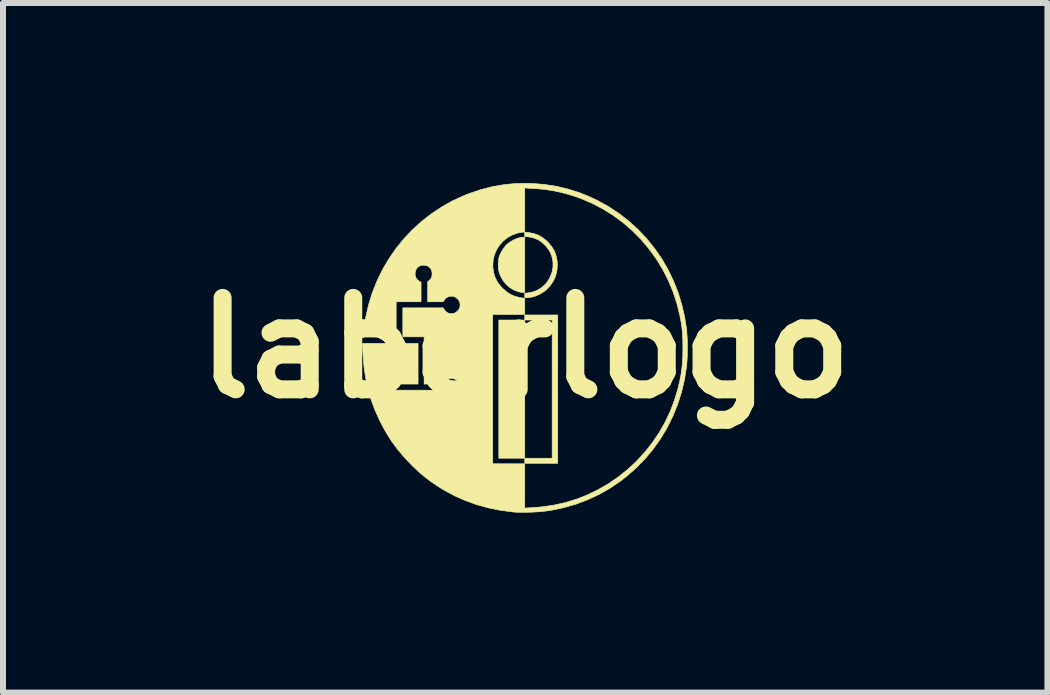
<source format=kicad_pcb>
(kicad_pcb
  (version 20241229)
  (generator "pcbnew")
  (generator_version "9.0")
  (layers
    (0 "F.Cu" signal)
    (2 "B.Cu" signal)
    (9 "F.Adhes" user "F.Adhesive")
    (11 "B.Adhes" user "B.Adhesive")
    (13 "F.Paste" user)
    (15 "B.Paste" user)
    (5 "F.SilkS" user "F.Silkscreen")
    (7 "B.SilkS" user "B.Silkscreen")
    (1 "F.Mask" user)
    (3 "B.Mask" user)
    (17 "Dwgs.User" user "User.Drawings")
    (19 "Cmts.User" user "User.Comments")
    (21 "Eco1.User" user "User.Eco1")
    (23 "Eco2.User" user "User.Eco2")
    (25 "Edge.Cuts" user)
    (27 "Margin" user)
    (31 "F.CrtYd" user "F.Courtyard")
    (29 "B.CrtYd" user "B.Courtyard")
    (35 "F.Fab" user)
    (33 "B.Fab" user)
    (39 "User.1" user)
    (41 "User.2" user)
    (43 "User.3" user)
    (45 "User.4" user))
  (footprint "laborlogo"
    (layer "F.Cu")
    (at 5.704 2.75)
    (property "Reference" "laborlogo" (at 0 0 0) (layer "F.SilkS") (effects (font (size 1.524 1.524) (thickness 0.3))))
    (attr through_hole)
    (fp_poly (pts (xy 0.542 1.922) (xy -0.008 1.922) (xy -0.008 1.837) (xy -0.44 1.837) (xy -0.44 -0.466) (xy -0.008 -0.466) (xy -0.008 1.837) (xy 0.449 1.837) (xy 0.449 -0.466) (xy -0.008 -0.466) (xy -0.008 -0.55) (xy 0.542 -0.55) (xy 0.542 1.922)) (stroke (width 0.01) (type solid)) (fill yes) (layer "F.SilkS"))
    (fp_poly (pts (xy -0.008 -0.923) (xy -0.036 -0.923) (xy -0.06 -0.926) (xy -0.092 -0.932) (xy -0.109 -0.936) (xy -0.189 -0.966) (xy -0.262 -1.011) (xy -0.325 -1.068) (xy -0.378 -1.136) (xy -0.418 -1.214) (xy -0.436 -1.265) (xy -0.447 -1.32) (xy -0.45 -1.382) (xy -0.447 -1.447) (xy -0.438 -1.506) (xy -0.433 -1.524) (xy -0.414 -1.57) (xy -0.387 -1.62) (xy -0.355 -1.669) (xy -0.321 -1.711) (xy -0.295 -1.737) (xy -0.241 -1.775) (xy -0.182 -1.807) (xy -0.123 -1.831) (xy -0.068 -1.844) (xy -0.041 -1.846) (xy -0.008 -1.846) (xy -0.008 -0.923)) (stroke (width 0.01) (type solid)) (fill yes) (layer "F.SilkS"))
    (fp_poly (pts (xy 0.044 -1.926) (xy 0.136 -1.91) (xy 0.218 -1.881) (xy 0.293 -1.837) (xy 0.365 -1.778) (xy 0.377 -1.766) (xy 0.439 -1.693) (xy 0.486 -1.617) (xy 0.516 -1.535) (xy 0.533 -1.445) (xy 0.536 -1.38) (xy 0.528 -1.283) (xy 0.504 -1.192) (xy 0.464 -1.108) (xy 0.409 -1.03) (xy 0.376 -0.993) (xy 0.316 -0.942) (xy 0.247 -0.899) (xy 0.173 -0.866) (xy 0.099 -0.845) (xy 0.029 -0.838) (xy -0.008 -0.838) (xy -0.008 -0.912) (xy 0.047 -0.918) (xy 0.132 -0.935) (xy 0.211 -0.967) (xy 0.282 -1.013) (xy 0.344 -1.072) (xy 0.395 -1.143) (xy 0.415 -1.18) (xy 0.447 -1.266) (xy 0.463 -1.352) (xy 0.462 -1.439) (xy 0.444 -1.525) (xy 0.414 -1.6) (xy 0.387 -1.644) (xy 0.351 -1.69) (xy 0.308 -1.734) (xy 0.264 -1.772) (xy 0.221 -1.8) (xy 0.21 -1.806) (xy 0.155 -1.828) (xy 0.1 -1.844) (xy 0.049 -1.853) (xy 0.028 -1.854) (xy -0.008 -1.854) (xy -0.008 -1.932) (xy 0.044 -1.926)) (stroke (width 0.01) (type solid)) (fill yes) (layer "F.SilkS"))
    (fp_poly (pts (xy 0.108 -2.743) (xy 0.318 -2.726) (xy 0.52 -2.695) (xy 0.716 -2.649) (xy 0.907 -2.588) (xy 1.095 -2.511) (xy 1.196 -2.463) (xy 1.384 -2.36) (xy 1.561 -2.243) (xy 1.727 -2.114) (xy 1.882 -1.974) (xy 2.025 -1.822) (xy 2.156 -1.66) (xy 2.275 -1.489) (xy 2.38 -1.308) (xy 2.471 -1.119) (xy 2.549 -0.922) (xy 2.611 -0.718) (xy 2.659 -0.508) (xy 2.689 -0.318) (xy 2.695 -0.244) (xy 2.7 -0.158) (xy 2.703 -0.065) (xy 2.703 0.031) (xy 2.701 0.126) (xy 2.697 0.214) (xy 2.691 0.291) (xy 2.689 0.309) (xy 2.655 0.526) (xy 2.605 0.736) (xy 2.54 0.941) (xy 2.46 1.138) (xy 2.366 1.328) (xy 2.257 1.51) (xy 2.135 1.682) (xy 1.999 1.846) (xy 1.849 1.999) (xy 1.687 2.141) (xy 1.587 2.219) (xy 1.415 2.336) (xy 1.234 2.439) (xy 1.044 2.528) (xy 0.848 2.602) (xy 0.645 2.661) (xy 0.438 2.704) (xy 0.314 2.722) (xy 0.258 2.727) (xy 0.193 2.732) (xy 0.121 2.736) (xy 0.047 2.738) (xy -0.026 2.739) (xy -0.093 2.739) (xy -0.151 2.737) (xy -0.197 2.734) (xy -0.198 2.734) (xy -0.414 2.705) (xy -0.618 2.664) (xy -0.814 2.61) (xy -1.001 2.542) (xy -1.182 2.462) (xy -1.357 2.367) (xy -1.473 2.294) (xy -1.574 2.225) (xy -1.665 2.156) (xy -1.752 2.084) (xy -1.839 2.004) (xy -1.893 1.952) (xy -2.018 1.82) (xy -2.129 1.688) (xy -2.229 1.552) (xy -2.32 1.407) (xy -2.405 1.251) (xy -2.431 1.198) (xy -2.507 1.028) (xy -2.57 0.858) (xy -2.62 0.686) (xy -2.658 0.51) (xy -2.686 0.326) (xy -2.702 0.132) (xy -2.706 0.066) (xy -2.712 -0.076) (xy -1.786 -0.076) (xy -1.786 0.601) (xy -2.225 0.601) (xy -2.242 0.572) (xy -2.271 0.538) (xy -2.308 0.516) (xy -2.349 0.506) (xy -2.391 0.509) (xy -2.431 0.524) (xy -2.465 0.55) (xy -2.49 0.588) (xy -2.504 0.635) (xy -2.503 0.682) (xy -2.489 0.723) (xy -2.463 0.758) (xy -2.427 0.783) (xy -2.383 0.796) (xy -2.362 0.798) (xy -2.314 0.791) (xy -2.275 0.769) (xy -2.245 0.737) (xy -2.223 0.703) (xy -1.793 0.703) (xy -1.698 0.703) (xy -1.613 0.704) (xy -1.539 0.704) (xy -1.476 0.705) (xy -1.426 0.706) (xy -1.39 0.708) (xy -1.369 0.709) (xy -1.363 0.711) (xy -1.357 0.724) (xy -1.342 0.744) (xy -1.321 0.764) (xy -1.3 0.78) (xy -1.293 0.784) (xy -1.253 0.797) (xy -1.208 0.796) (xy -1.166 0.784) (xy -1.152 0.776) (xy -1.119 0.745) (xy -1.096 0.705) (xy -1.085 0.66) (xy -1.086 0.638) (xy -1.098 0.592) (xy -1.123 0.554) (xy -1.156 0.527) (xy -1.195 0.511) (xy -1.237 0.506) (xy -1.279 0.515) (xy -1.318 0.537) (xy -1.341 0.559) (xy -1.355 0.578) (xy -1.363 0.591) (xy -1.363 0.593) (xy -1.371 0.596) (xy -1.394 0.598) (xy -1.429 0.6) (xy -1.475 0.601) (xy -1.524 0.601) (xy -1.685 0.601) (xy -1.685 -0.186) (xy -2.04 -0.186) (xy -2.04 -0.559) (xy -0.542 -0.559) (xy -0.542 1.93) (xy -0.008 1.93) (xy -0.008 2.668) (xy 0.083 2.663) (xy 0.134 2.66) (xy 0.191 2.655) (xy 0.245 2.651) (xy 0.262 2.649) (xy 0.464 2.622) (xy 0.662 2.578) (xy 0.854 2.52) (xy 1.041 2.446) (xy 1.22 2.359) (xy 1.393 2.258) (xy 1.557 2.145) (xy 1.713 2.02) (xy 1.859 1.883) (xy 1.994 1.736) (xy 2.119 1.578) (xy 2.232 1.411) (xy 2.332 1.235) (xy 2.419 1.051) (xy 2.491 0.859) (xy 2.544 0.682) (xy 2.573 0.561) (xy 2.595 0.449) (xy 2.611 0.339) (xy 2.622 0.227) (xy 2.627 0.108) (xy 2.628 -0.008) (xy 2.627 -0.108) (xy 2.624 -0.195) (xy 2.618 -0.275) (xy 2.61 -0.352) (xy 2.598 -0.43) (xy 2.582 -0.516) (xy 2.578 -0.537) (xy 2.528 -0.741) (xy 2.463 -0.939) (xy 2.383 -1.13) (xy 2.289 -1.313) (xy 2.182 -1.488) (xy 2.062 -1.653) (xy 1.93 -1.809) (xy 1.786 -1.954) (xy 1.632 -2.088) (xy 1.467 -2.21) (xy 1.292 -2.319) (xy 1.109 -2.414) (xy 0.917 -2.496) (xy 0.844 -2.522) (xy 0.722 -2.56) (xy 0.593 -2.594) (xy 0.462 -2.621) (xy 0.334 -2.641) (xy 0.215 -2.653) (xy 0.199 -2.654) (xy 0.154 -2.657) (xy 0.106 -2.66) (xy 0.065 -2.662) (xy 0.053 -2.663) (xy -0.008 -2.668) (xy -0.008 -1.93) (xy -0.037 -1.93) (xy -0.059 -1.928) (xy -0.091 -1.923) (xy -0.126 -1.915) (xy -0.131 -1.914) (xy -0.219 -1.883) (xy -0.298 -1.838) (xy -0.369 -1.781) (xy -0.429 -1.714) (xy -0.477 -1.638) (xy -0.513 -1.555) (xy -0.534 -1.466) (xy -0.54 -1.373) (xy -0.539 -1.342) (xy -0.525 -1.251) (xy -0.499 -1.168) (xy -0.458 -1.093) (xy -0.402 -1.021) (xy -0.377 -0.994) (xy -0.312 -0.937) (xy -0.244 -0.893) (xy -0.17 -0.862) (xy -0.087 -0.84) (xy -0.049 -0.834) (xy -0.008 -0.829) (xy -0.008 -0.559) (xy -0.542 -0.559) (xy -2.04 -0.559) (xy -2.04 -0.669) (xy -1.367 -0.669) (xy -1.354 -0.645) (xy -1.324 -0.608) (xy -1.286 -0.583) (xy -1.243 -0.572) (xy -1.198 -0.575) (xy -1.168 -0.586) (xy -1.129 -0.614) (xy -1.101 -0.651) (xy -1.087 -0.693) (xy -1.086 -0.737) (xy -1.099 -0.78) (xy -1.119 -0.809) (xy -1.153 -0.841) (xy -1.189 -0.858) (xy -1.232 -0.864) (xy -1.234 -0.864) (xy -1.277 -0.856) (xy -1.316 -0.835) (xy -1.346 -0.805) (xy -1.354 -0.793) (xy -1.366 -0.77) (xy -1.626 -0.77) (xy -1.626 -1.106) (xy -1.6 -1.125) (xy -1.571 -1.156) (xy -1.555 -1.198) (xy -1.551 -1.248) (xy -1.552 -1.251) (xy -1.561 -1.295) (xy -1.582 -1.331) (xy -1.617 -1.361) (xy -1.649 -1.375) (xy -1.689 -1.38) (xy -1.729 -1.378) (xy -1.761 -1.367) (xy -1.796 -1.341) (xy -1.821 -1.305) (xy -1.833 -1.264) (xy -1.835 -1.221) (xy -1.825 -1.18) (xy -1.804 -1.143) (xy -1.771 -1.115) (xy -1.767 -1.113) (xy -1.736 -1.096) (xy -1.736 -0.77) (xy -2.151 -0.77) (xy -2.151 -0.186) (xy -2.426 -0.186) (xy -2.492 -0.186) (xy -2.553 -0.187) (xy -2.605 -0.188) (xy -2.649 -0.189) (xy -2.68 -0.19) (xy -2.698 -0.192) (xy -2.701 -0.193) (xy -2.7 -0.211) (xy -2.696 -0.243) (xy -2.691 -0.284) (xy -2.685 -0.331) (xy -2.679 -0.381) (xy -2.672 -0.429) (xy -2.665 -0.472) (xy -2.659 -0.507) (xy -2.658 -0.512) (xy -2.611 -0.72) (xy -2.549 -0.921) (xy -2.471 -1.116) (xy -2.38 -1.304) (xy -2.275 -1.483) (xy -2.157 -1.654) (xy -2.027 -1.815) (xy -1.885 -1.966) (xy -1.732 -2.106) (xy -1.568 -2.234) (xy -1.395 -2.349) (xy -1.213 -2.452) (xy -1.022 -2.54) (xy -0.935 -2.574) (xy -0.739 -2.64) (xy -0.545 -2.69) (xy -0.35 -2.723) (xy -0.153 -2.742) (xy 0.048 -2.745) (xy 0.108 -2.743)) (stroke (width 0.01) (type solid)) (fill yes) (layer "F.SilkS")))
  (gr_rect
    (start -3 -3)
    (end 14.408 8.494)
    (stroke (width 0.1) (type default))
    (fill no)
    (layer "Edge.Cuts")))
</source>
